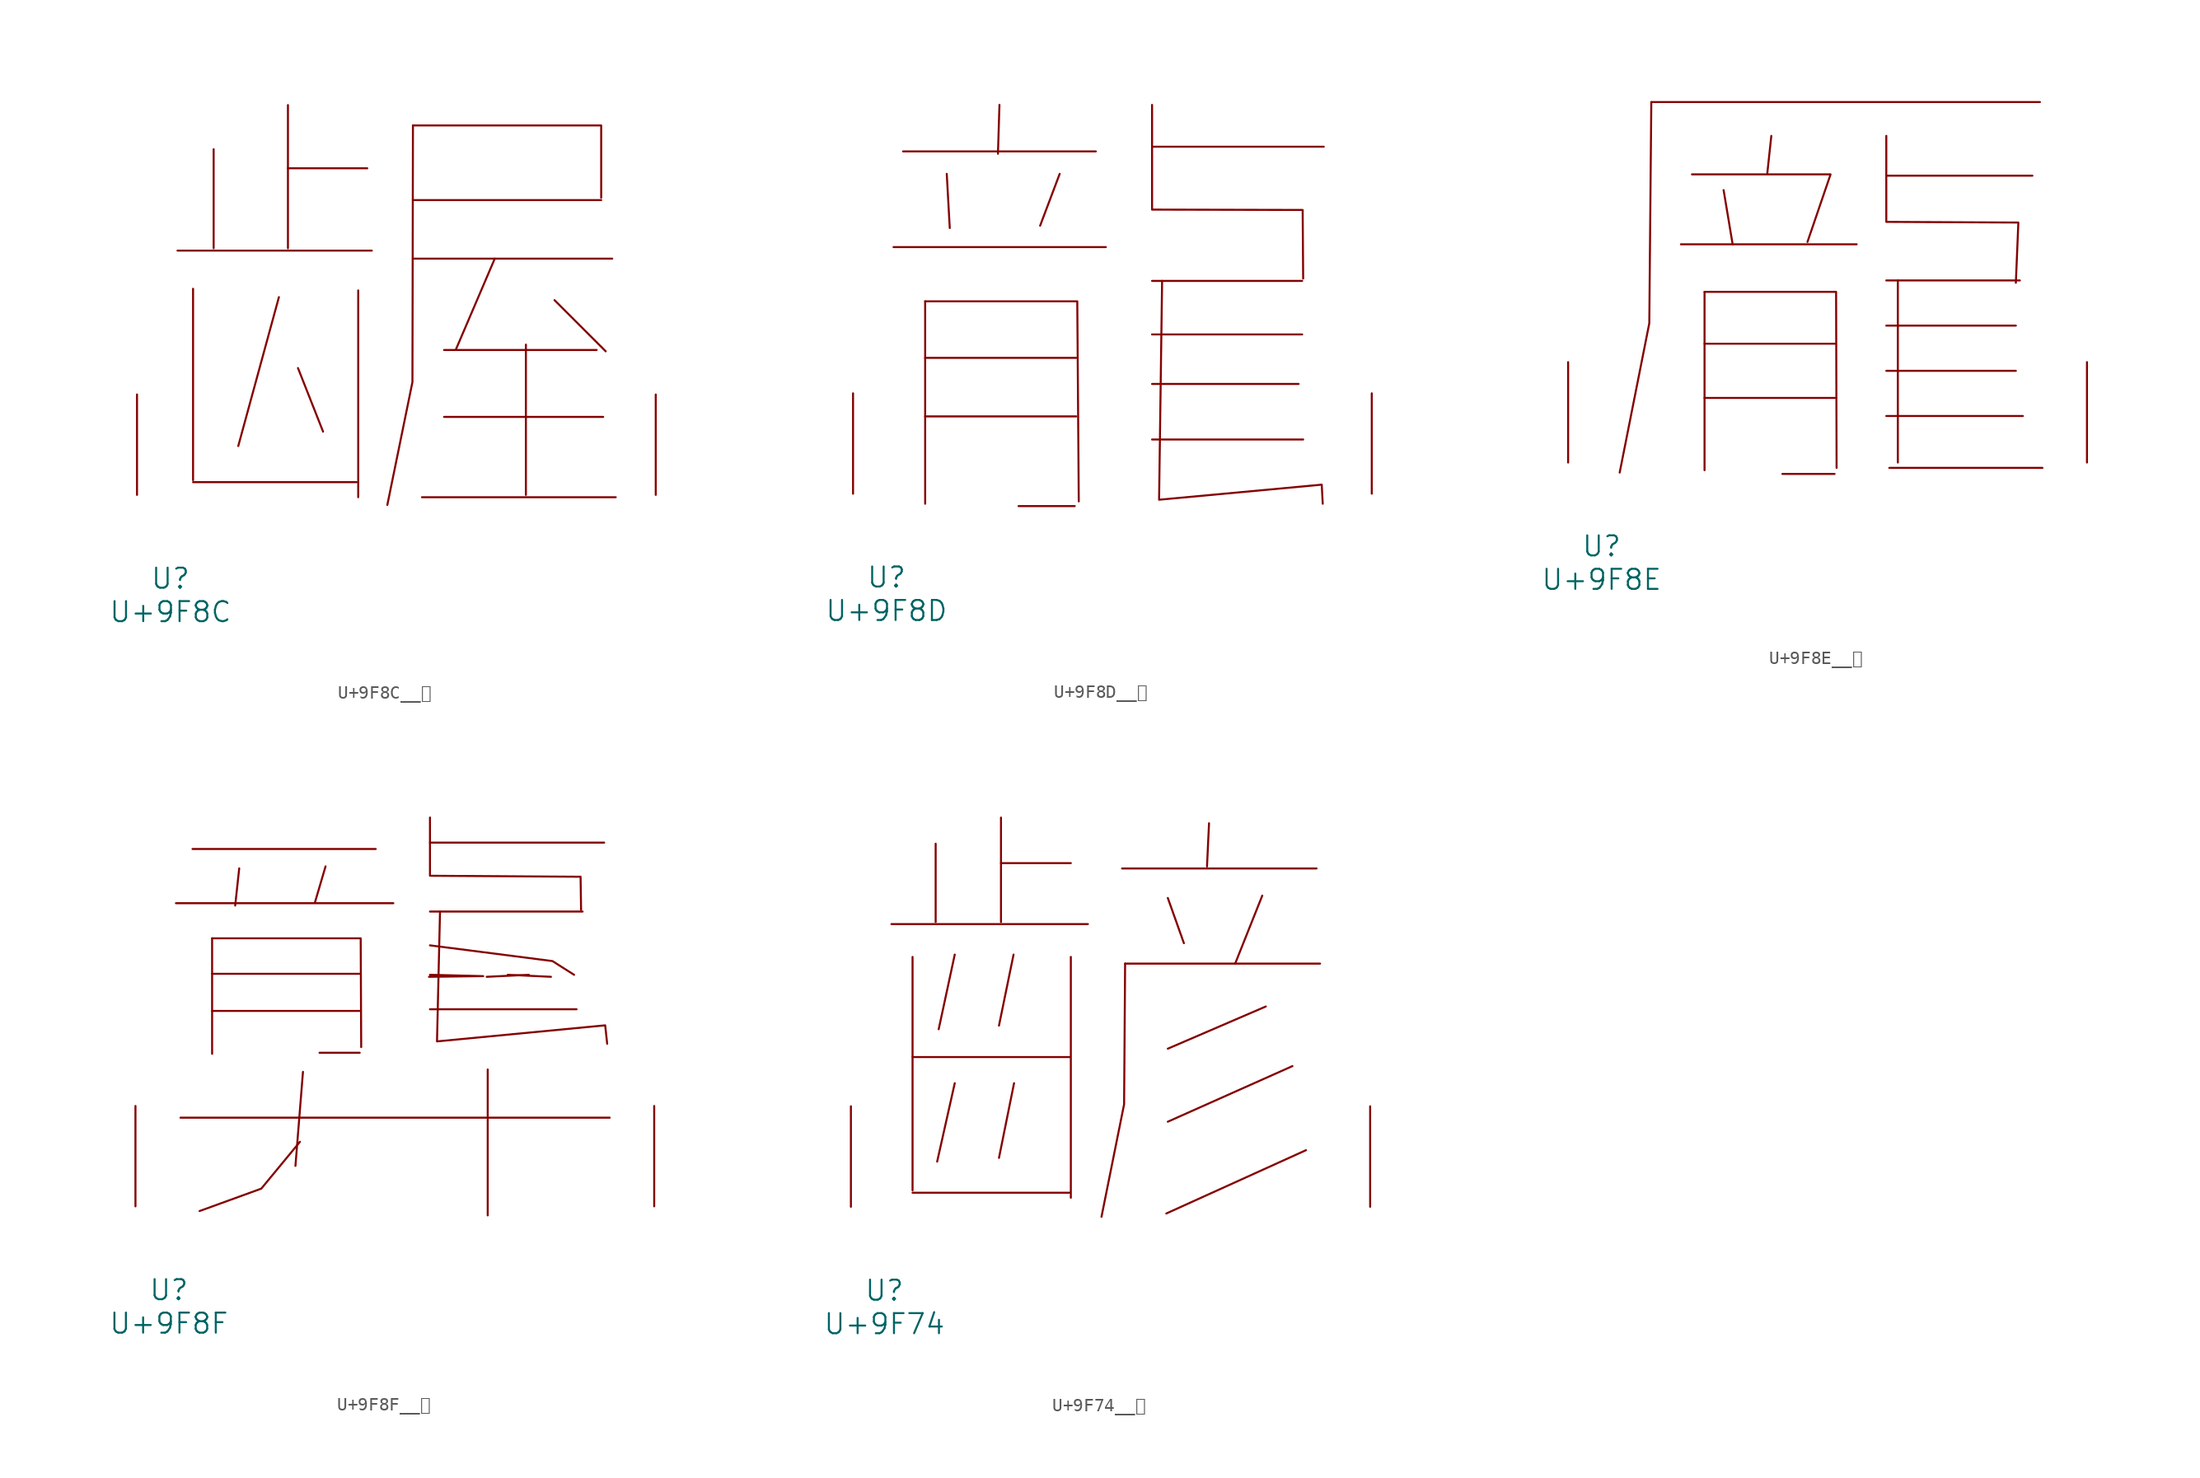
<source format=kicad_sym>
(kicad_symbol_lib
  (version 20231120)
  (generator "kicad_symbol_editor")
  (generator_version "8.0")
  (symbol "U+9F8C__龌"
    (pin_names
      (offset 1.016))
    (property "Reference" "U"
      (at 0 -6.35 0)
      (effects (font (size 1.524 1.524))))
    (property "Value" "U+9F8C"
      (at 0 -8.89 0)
      (effects (font (size 1.524 1.524))))
    (symbol "U+9F8C__龌_0_1"
      (polyline (pts (xy 0.533 18.542) (xy 15.278 18.542)) (stroke (width 0) (type solid)) (fill (type none)))
      (polyline (pts (xy 1.714 0.965) (xy 14.135 0.965)) (stroke (width 0) (type solid)) (fill (type none)))
      (polyline (pts (xy 1.714 15.646) (xy 1.714 1.118)) (stroke (width 0) (type solid)) (fill (type none)))
      (polyline (pts (xy 3.277 26.238) (xy 3.277 18.72)) (stroke (width 0) (type solid)) (fill (type none)))
      (polyline (pts (xy 8.23 15.011) (xy 5.144 3.708)) (stroke (width 0) (type solid)) (fill (type none)))
      (polyline (pts (xy 8.915 24.79) (xy 14.935 24.79)) (stroke (width 0) (type solid)) (fill (type none)))
      (polyline (pts (xy 8.915 29.591) (xy 8.915 18.72)) (stroke (width 0) (type solid)) (fill (type none)))
      (polyline (pts (xy 9.677 9.627) (xy 11.582 4.801)) (stroke (width 0) (type solid)) (fill (type none)))
      (polyline (pts (xy 14.249 15.519) (xy 14.249 -0.178)) (stroke (width 0) (type solid)) (fill (type none)))
      (polyline (pts (xy 18.402 17.932) (xy 33.528 17.932)) (stroke (width 0) (type solid)) (fill (type none)))
      (polyline (pts (xy 18.402 22.377) (xy 32.69 22.377)) (stroke (width 0) (type solid)) (fill (type none)))
      (polyline (pts (xy 19.088 -0.178) (xy 33.795 -0.178)) (stroke (width 0) (type solid)) (fill (type none)))
      (polyline (pts (xy 20.765 5.918) (xy 32.842 5.918)) (stroke (width 0) (type solid)) (fill (type none)))
      (polyline (pts (xy 20.765 10.998) (xy 32.347 10.998)) (stroke (width 0) (type solid)) (fill (type none)))
      (polyline (pts (xy 24.613 17.932) (xy 21.679 11.074)) (stroke (width 0) (type solid)) (fill (type none)))
      (polyline (pts (xy 26.975 11.405) (xy 26.975 0)) (stroke (width 0) (type solid)) (fill (type none)))
      (polyline (pts (xy 29.146 14.783) (xy 33.033 10.897)) (stroke (width 0) (type solid)) (fill (type none)))
      (polyline (pts (xy 18.402 28.042) (xy 18.364 8.56) (xy 16.459 -0.762)) (stroke (width 0) (type solid)) (fill (type none)))
      (polyline (pts (xy 18.402 28.042) (xy 32.69 28.042) (xy 32.69 22.555)) (stroke (width 0) (type solid)) (fill (type none)))
      (pin input line (at -2.54 0 90) (length 7.62) (name "~" (effects (font (size 1.27 1.27)))) (number "~" (effects (font (size 1.27 1.27)))))
      (pin input line (at 36.83 0 90) (length 7.62) (name "~" (effects (font (size 1.27 1.27)))) (number "~" (effects (font (size 1.27 1.27)))))))
  (symbol "U+9F8D__龍"
    (pin_names
      (offset 1.016))
    (property "Reference" "U"
      (at 0 -6.35 0)
      (effects (font (size 1.524 1.524))))
    (property "Value" "U+9F8D"
      (at 0 -8.89 0)
      (effects (font (size 1.524 1.524))))
    (symbol "U+9F8D__龍_0_1"
      (polyline (pts (xy 0.533 18.72) (xy 16.65 18.72)) (stroke (width 0) (type solid)) (fill (type none)))
      (polyline (pts (xy 1.257 25.984) (xy 15.888 25.984)) (stroke (width 0) (type solid)) (fill (type none)))
      (polyline (pts (xy 2.934 5.867) (xy 14.402 5.867)) (stroke (width 0) (type solid)) (fill (type none)))
      (polyline (pts (xy 2.934 10.312) (xy 14.402 10.312)) (stroke (width 0) (type solid)) (fill (type none)))
      (polyline (pts (xy 2.934 14.605) (xy 2.934 -0.762)) (stroke (width 0) (type solid)) (fill (type none)))
      (polyline (pts (xy 4.572 24.282) (xy 4.801 20.168)) (stroke (width 0) (type solid)) (fill (type none)))
      (polyline (pts (xy 8.572 29.515) (xy 8.458 25.806)) (stroke (width 0) (type solid)) (fill (type none)))
      (polyline (pts (xy 10.02 -0.94) (xy 14.287 -0.94)) (stroke (width 0) (type solid)) (fill (type none)))
      (polyline (pts (xy 13.145 24.282) (xy 11.659 20.345)) (stroke (width 0) (type solid)) (fill (type none)))
      (polyline (pts (xy 20.155 4.115) (xy 31.623 4.115)) (stroke (width 0) (type solid)) (fill (type none)))
      (polyline (pts (xy 20.155 8.331) (xy 31.28 8.331)) (stroke (width 0) (type solid)) (fill (type none)))
      (polyline (pts (xy 20.155 12.09) (xy 31.547 12.09)) (stroke (width 0) (type solid)) (fill (type none)))
      (polyline (pts (xy 20.155 16.154) (xy 31.547 16.154)) (stroke (width 0) (type solid)) (fill (type none)))
      (polyline (pts (xy 20.155 26.34) (xy 33.185 26.34)) (stroke (width 0) (type solid)) (fill (type none)))
      (polyline (pts (xy 2.934 14.605) (xy 14.478 14.605) (xy 14.592 -0.584)) (stroke (width 0) (type solid)) (fill (type none)))
      (polyline (pts (xy 20.155 29.515) (xy 20.155 21.565) (xy 31.585 21.539) (xy 31.623 16.332)) (stroke (width 0) (type solid)) (fill (type none)))
      (polyline (pts (xy 20.917 16.154) (xy 20.688 -0.457) (xy 33.033 0.686) (xy 33.109 -0.762)) (stroke (width 0) (type solid)) (fill (type none)))
      (pin input line (at -2.54 0 90) (length 7.62) (name "~" (effects (font (size 1.27 1.27)))) (number "~" (effects (font (size 1.27 1.27)))))
      (pin input line (at 36.83 0 90) (length 7.62) (name "~" (effects (font (size 1.27 1.27)))) (number "~" (effects (font (size 1.27 1.27)))))))
  (symbol "U+9F8E__龎"
    (pin_names
      (offset 1.016))
    (property "Reference" "U"
      (at 0 -6.35 0)
      (effects (font (size 1.524 1.524))))
    (property "Value" "U+9F8E"
      (at 0 -8.89 0)
      (effects (font (size 1.524 1.524))))
    (symbol "U+9F8E__龎_0_1"
      (polyline (pts (xy 3.772 27.356) (xy 33.261 27.356)) (stroke (width 0) (type solid)) (fill (type none)))
      (polyline (pts (xy 6.02 16.561) (xy 19.355 16.561)) (stroke (width 0) (type solid)) (fill (type none)))
      (polyline (pts (xy 7.811 4.902) (xy 17.716 4.902)) (stroke (width 0) (type solid)) (fill (type none)))
      (polyline (pts (xy 7.811 9.017) (xy 17.716 9.017)) (stroke (width 0) (type solid)) (fill (type none)))
      (polyline (pts (xy 7.811 12.954) (xy 7.811 -0.584)) (stroke (width 0) (type solid)) (fill (type none)))
      (polyline (pts (xy 9.258 20.676) (xy 9.944 16.561)) (stroke (width 0) (type solid)) (fill (type none)))
      (polyline (pts (xy 12.878 24.79) (xy 12.573 21.946)) (stroke (width 0) (type solid)) (fill (type none)))
      (polyline (pts (xy 13.716 -0.864) (xy 17.678 -0.864)) (stroke (width 0) (type solid)) (fill (type none)))
      (polyline (pts (xy 21.603 3.531) (xy 31.966 3.531)) (stroke (width 0) (type solid)) (fill (type none)))
      (polyline (pts (xy 21.603 6.96) (xy 31.433 6.96)) (stroke (width 0) (type solid)) (fill (type none)))
      (polyline (pts (xy 21.603 10.389) (xy 31.433 10.389)) (stroke (width 0) (type solid)) (fill (type none)))
      (polyline (pts (xy 21.603 13.818) (xy 31.737 13.818)) (stroke (width 0) (type solid)) (fill (type none)))
      (polyline (pts (xy 21.603 21.768) (xy 32.69 21.768)) (stroke (width 0) (type solid)) (fill (type none)))
      (polyline (pts (xy 21.831 -0.406) (xy 33.452 -0.406)) (stroke (width 0) (type solid)) (fill (type none)))
      (polyline (pts (xy 22.479 13.818) (xy 22.479 0)) (stroke (width 0) (type solid)) (fill (type none)))
      (polyline (pts (xy 3.772 27.356) (xy 3.619 10.566) (xy 1.372 -0.762)) (stroke (width 0) (type solid)) (fill (type none)))
      (polyline (pts (xy 6.858 21.869) (xy 17.374 21.869) (xy 15.621 16.739)) (stroke (width 0) (type solid)) (fill (type none)))
      (polyline (pts (xy 7.811 12.954) (xy 17.793 12.954) (xy 17.831 -0.406)) (stroke (width 0) (type solid)) (fill (type none)))
      (polyline (pts (xy 21.603 24.79) (xy 21.603 18.263) (xy 31.623 18.212) (xy 31.433 13.64)) (stroke (width 0) (type solid)) (fill (type none)))
      (pin input line (at -2.54 0 90) (length 7.62) (name "~" (effects (font (size 1.27 1.27)))) (number "~" (effects (font (size 1.27 1.27)))))
      (pin input line (at 36.83 0 90) (length 7.62) (name "~" (effects (font (size 1.27 1.27)))) (number "~" (effects (font (size 1.27 1.27)))))))
  (symbol "U+9F8F__龏"
    (pin_names
      (offset 1.016))
    (property "Reference" "U"
      (at 0 -6.35 0)
      (effects (font (size 1.524 1.524))))
    (property "Value" "U+9F8F"
      (at 0 -8.89 0)
      (effects (font (size 1.524 1.524))))
    (symbol "U+9F8F__龏_0_1"
      (polyline (pts (xy 0.533 23.012) (xy 17.031 23.012)) (stroke (width 0) (type solid)) (fill (type none)))
      (polyline (pts (xy 0.876 6.731) (xy 33.452 6.731)) (stroke (width 0) (type solid)) (fill (type none)))
      (polyline (pts (xy 1.791 27.127) (xy 15.697 27.127)) (stroke (width 0) (type solid)) (fill (type none)))
      (polyline (pts (xy 3.277 14.834) (xy 14.478 14.834)) (stroke (width 0) (type solid)) (fill (type none)))
      (polyline (pts (xy 3.277 17.653) (xy 14.478 17.653)) (stroke (width 0) (type solid)) (fill (type none)))
      (polyline (pts (xy 3.277 20.345) (xy 3.277 11.582)) (stroke (width 0) (type solid)) (fill (type none)))
      (polyline (pts (xy 5.334 25.654) (xy 5.029 22.835)) (stroke (width 0) (type solid)) (fill (type none)))
      (polyline (pts (xy 10.173 10.211) (xy 9.601 3.073)) (stroke (width 0) (type solid)) (fill (type none)))
      (polyline (pts (xy 11.43 11.659) (xy 14.478 11.659)) (stroke (width 0) (type solid)) (fill (type none)))
      (polyline (pts (xy 11.887 25.806) (xy 11.087 23.089)) (stroke (width 0) (type solid)) (fill (type none)))
      (polyline (pts (xy 19.812 14.961) (xy 30.937 14.961)) (stroke (width 0) (type solid)) (fill (type none)))
      (polyline (pts (xy 19.812 22.377) (xy 31.394 22.377)) (stroke (width 0) (type solid)) (fill (type none)))
      (polyline (pts (xy 19.812 27.61) (xy 33.033 27.61)) (stroke (width 0) (type solid)) (fill (type none)))
      (polyline (pts (xy 24.117 17.424) (xy 27.318 17.577)) (stroke (width 0) (type solid)) (fill (type none)))
      (polyline (pts (xy 24.194 10.389) (xy 24.194 -0.686)) (stroke (width 0) (type solid)) (fill (type none)))
      (polyline (pts (xy 28.994 17.424) (xy 25.718 17.577)) (stroke (width 0) (type solid)) (fill (type none)))
      (polyline (pts (xy 3.277 20.345) (xy 14.554 20.345) (xy 14.592 12.09)) (stroke (width 0) (type solid)) (fill (type none)))
      (polyline (pts (xy 9.944 4.902) (xy 7.01 1.346) (xy 2.324 -0.356)) (stroke (width 0) (type solid)) (fill (type none)))
      (polyline (pts (xy 19.812 17.577) (xy 23.851 17.475) (xy 19.736 17.424)) (stroke (width 0) (type solid)) (fill (type none)))
      (polyline (pts (xy 19.812 19.812) (xy 29.108 18.618) (xy 30.747 17.577)) (stroke (width 0) (type solid)) (fill (type none)))
      (polyline (pts (xy 19.812 29.515) (xy 19.812 25.095) (xy 31.242 25.019) (xy 31.28 22.504)) (stroke (width 0) (type solid)) (fill (type none)))
      (polyline (pts (xy 20.574 22.377) (xy 20.345 12.522) (xy 33.109 13.741) (xy 33.261 12.344)) (stroke (width 0) (type solid)) (fill (type none)))
      (pin input line (at -2.54 0 90) (length 7.62) (name "~" (effects (font (size 1.27 1.27)))) (number "~" (effects (font (size 1.27 1.27)))))
      (pin input line (at 36.83 0 90) (length 7.62) (name "~" (effects (font (size 1.27 1.27)))) (number "~" (effects (font (size 1.27 1.27)))))))
  (symbol "U+9F74__齴"
    (pin_names
      (offset 1.016))
    (property "Reference" "U"
      (at 0 -6.35 0)
      (effects (font (size 1.524 1.524))))
    (property "Value" "U+9F74"
      (at 0 -8.89 0)
      (effects (font (size 1.524 1.524))))
    (symbol "U+9F74__齴_0_1"
      (polyline (pts (xy 0.533 21.438) (xy 15.431 21.438)) (stroke (width 0) (type solid)) (fill (type none)))
      (polyline (pts (xy 2.134 1.067) (xy 14.059 1.067)) (stroke (width 0) (type solid)) (fill (type none)))
      (polyline (pts (xy 2.134 11.354) (xy 14.059 11.354)) (stroke (width 0) (type solid)) (fill (type none)))
      (polyline (pts (xy 2.134 18.948) (xy 2.134 1.245)) (stroke (width 0) (type solid)) (fill (type none)))
      (polyline (pts (xy 3.886 27.534) (xy 3.886 21.59)) (stroke (width 0) (type solid)) (fill (type none)))
      (polyline (pts (xy 5.334 9.373) (xy 4 3.429)) (stroke (width 0) (type solid)) (fill (type none)))
      (polyline (pts (xy 5.334 19.126) (xy 4.115 13.462)) (stroke (width 0) (type solid)) (fill (type none)))
      (polyline (pts (xy 8.839 26.06) (xy 14.135 26.06)) (stroke (width 0) (type solid)) (fill (type none)))
      (polyline (pts (xy 8.839 29.515) (xy 8.839 21.59)) (stroke (width 0) (type solid)) (fill (type none)))
      (polyline (pts (xy 9.792 19.126) (xy 8.687 13.741)) (stroke (width 0) (type solid)) (fill (type none)))
      (polyline (pts (xy 9.83 9.373) (xy 8.687 3.708)) (stroke (width 0) (type solid)) (fill (type none)))
      (polyline (pts (xy 14.135 18.948) (xy 14.135 0.686)) (stroke (width 0) (type solid)) (fill (type none)))
      (polyline (pts (xy 18.021 25.654) (xy 32.766 25.654)) (stroke (width 0) (type solid)) (fill (type none)))
      (polyline (pts (xy 18.25 18.44) (xy 33.033 18.44)) (stroke (width 0) (type solid)) (fill (type none)))
      (polyline (pts (xy 21.488 23.419) (xy 22.708 19.99)) (stroke (width 0) (type solid)) (fill (type none)))
      (polyline (pts (xy 24.613 29.083) (xy 24.46 25.806)) (stroke (width 0) (type solid)) (fill (type none)))
      (polyline (pts (xy 28.651 23.597) (xy 26.594 18.44)) (stroke (width 0) (type solid)) (fill (type none)))
      (polyline (pts (xy 28.918 15.189) (xy 21.488 11.989)) (stroke (width 0) (type solid)) (fill (type none)))
      (polyline (pts (xy 30.937 10.668) (xy 21.488 6.452)) (stroke (width 0) (type solid)) (fill (type none)))
      (polyline (pts (xy 31.966 4.293) (xy 21.374 -0.508)) (stroke (width 0) (type solid)) (fill (type none)))
      (polyline (pts (xy 18.25 18.44) (xy 18.174 7.772) (xy 16.459 -0.762)) (stroke (width 0) (type solid)) (fill (type none)))
      (pin input line (at -2.54 0 90) (length 7.62) (name "~" (effects (font (size 1.27 1.27)))) (number "~" (effects (font (size 1.27 1.27)))))
      (pin input line (at 36.83 0 90) (length 7.62) (name "~" (effects (font (size 1.27 1.27)))) (number "~" (effects (font (size 1.27 1.27))))))))
</source>
